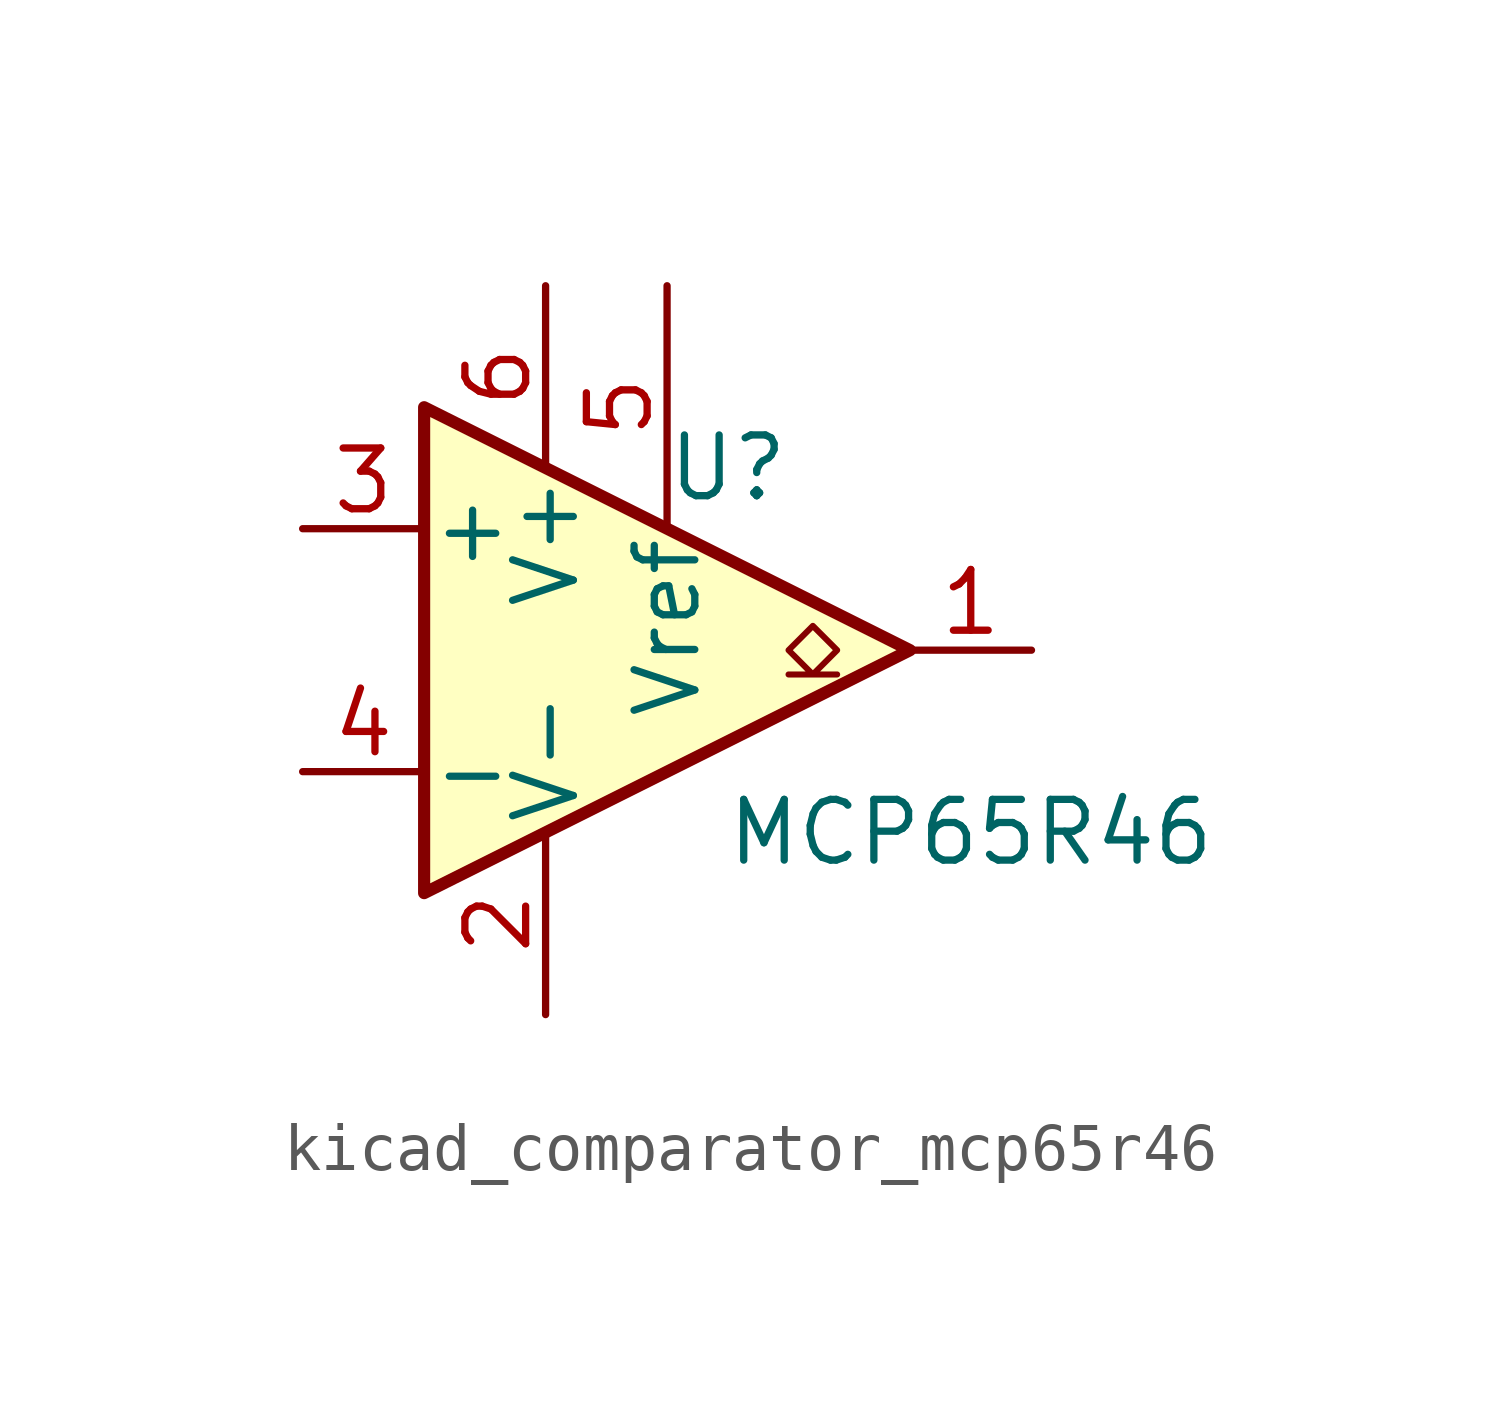
<source format=kicad_sym>
(kicad_symbol_lib
  (version 20220914)
  (generator kicad_symbol_editor)
  (symbol "kicad_comparator_mcp65r46"
    (pin_names
      (offset 0.127))
    (property "Reference" "U"
      (at 1.27 3.81 0)
      (effects (font (size 1.27 1.27))))
    (property "Value" "MCP65R46"
      (at 6.35 -3.81 0)
      (effects (font (size 1.27 1.27))))
    (symbol "kicad_comparator_mcp65r46_0_1"
      (polyline (pts (xy 3.556 -0.508) (xy 3.048 -0.508) (xy 3.556 0) (xy 3.048 0.508) (xy 2.54 0) (xy 3.048 -0.508) (xy 2.54 -0.508)) (stroke (width 0.127) (type default)) (fill (type none))))
    (symbol "kicad_comparator_mcp65r46_1_1"
      (polyline (pts (xy -5.08 5.08) (xy -5.08 -5.08) (xy 5.08 0) (xy -5.08 5.08)) (stroke (width 0.254) (type default)) (fill (type background)))
      (pin open_collector line (at 7.62 0 180) (length 2.54) (name "~" (effects (font (size 1.27 1.27)))) (number "1" (effects (font (size 1.27 1.27)))))
      (pin power_in line (at -2.54 -7.62 90) (length 3.81) (name "V-" (effects (font (size 1.27 1.27)))) (number "2" (effects (font (size 1.27 1.27)))))
      (pin input line (at -7.62 2.54 0) (length 2.54) (name "+" (effects (font (size 1.27 1.27)))) (number "3" (effects (font (size 1.27 1.27)))))
      (pin input line (at -7.62 -2.54 0) (length 2.54) (name "-" (effects (font (size 1.27 1.27)))) (number "4" (effects (font (size 1.27 1.27)))))
      (pin power_out line (at 0 7.62 270) (length 5.08) (name "Vref" (effects (font (size 1.27 1.27)))) (number "5" (effects (font (size 1.27 1.27)))))
      (pin power_in line (at -2.54 7.62 270) (length 3.81) (name "V+" (effects (font (size 1.27 1.27)))) (number "6" (effects (font (size 1.27 1.27))))))))
</source>
